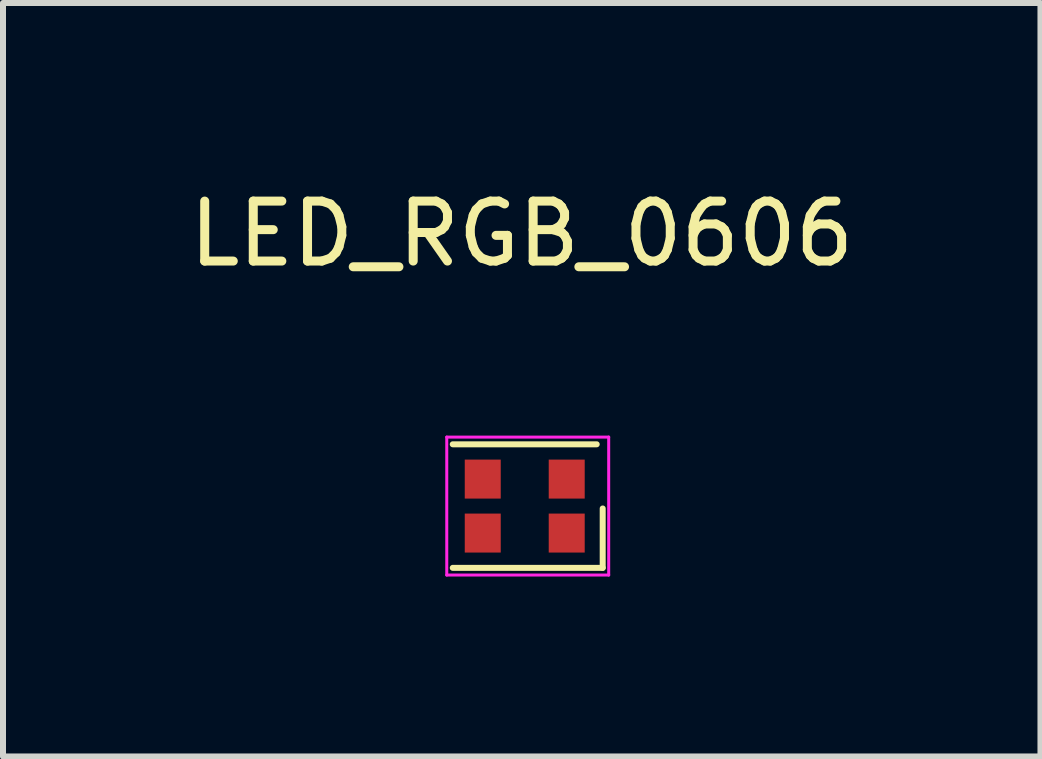
<source format=kicad_pcb>
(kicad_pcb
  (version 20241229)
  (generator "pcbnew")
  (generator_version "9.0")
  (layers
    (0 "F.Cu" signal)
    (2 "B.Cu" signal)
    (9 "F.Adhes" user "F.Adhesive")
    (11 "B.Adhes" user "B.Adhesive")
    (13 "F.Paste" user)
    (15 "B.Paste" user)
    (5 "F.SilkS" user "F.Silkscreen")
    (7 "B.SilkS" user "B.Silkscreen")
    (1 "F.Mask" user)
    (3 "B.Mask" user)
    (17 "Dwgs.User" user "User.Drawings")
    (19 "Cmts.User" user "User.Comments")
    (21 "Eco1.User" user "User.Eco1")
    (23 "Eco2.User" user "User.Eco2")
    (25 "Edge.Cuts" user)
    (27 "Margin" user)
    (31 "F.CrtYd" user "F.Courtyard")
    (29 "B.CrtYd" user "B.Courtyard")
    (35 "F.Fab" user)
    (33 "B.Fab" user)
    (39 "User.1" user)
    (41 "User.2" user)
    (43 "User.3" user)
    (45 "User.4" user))
  (footprint "LED_RGB_0606"
    (layer "F.Cu")
    (at 5.699 5.388)
    (property "Reference" "LED_RGB_0606" (at -0.05 -4.54 0) (layer "F.SilkS") (effects (font (size 1 1) (thickness 0.15))))
    (attr through_hole)
    (fp_line (start -1.2 -1.03) (end 1.2 -1.03) (stroke (width 0.1) (type solid)) (layer "F.SilkS"))
    (fp_line (start -1.2 1.03) (end 1.3 1.03) (stroke (width 0.1) (type solid)) (layer "F.SilkS"))
    (fp_line (start 1.3 1.03) (end 1.3 0.04) (stroke (width 0.1) (type solid)) (layer "F.SilkS"))
    (fp_line (start -1.3 -1.15) (end 1.4 -1.15) (stroke (width 0.05) (type solid)) (layer "F.CrtYd"))
    (fp_line (start -1.3 1.15) (end -1.3 -1.15) (stroke (width 0.05) (type solid)) (layer "F.CrtYd"))
    (fp_line (start 1.4 -1.15) (end 1.4 1.15) (stroke (width 0.05) (type solid)) (layer "F.CrtYd"))
    (fp_line (start 1.4 1.15) (end -1.3 1.15) (stroke (width 0.05) (type solid)) (layer "F.CrtYd"))
    (pad "1" smd rect (at -0.7 0.45) (size 0.6 0.65) (layers "F.Cu" "F.Mask" "F.Paste"))
    (pad "2" smd rect (at 0.7 0.45) (size 0.6 0.65) (layers "F.Cu" "F.Mask" "F.Paste"))
    (pad "3" smd rect (at -0.7 -0.45) (size 0.6 0.65) (layers "F.Cu" "F.Mask" "F.Paste"))
    (pad "4" smd rect (at 0.7 -0.45) (size 0.6 0.65) (layers "F.Cu" "F.Mask" "F.Paste")))
  (gr_rect
    (start -3 -3)
    (end 14.298 9.563)
    (stroke (width 0.1) (type default))
    (fill no)
    (layer "Edge.Cuts")))
</source>
